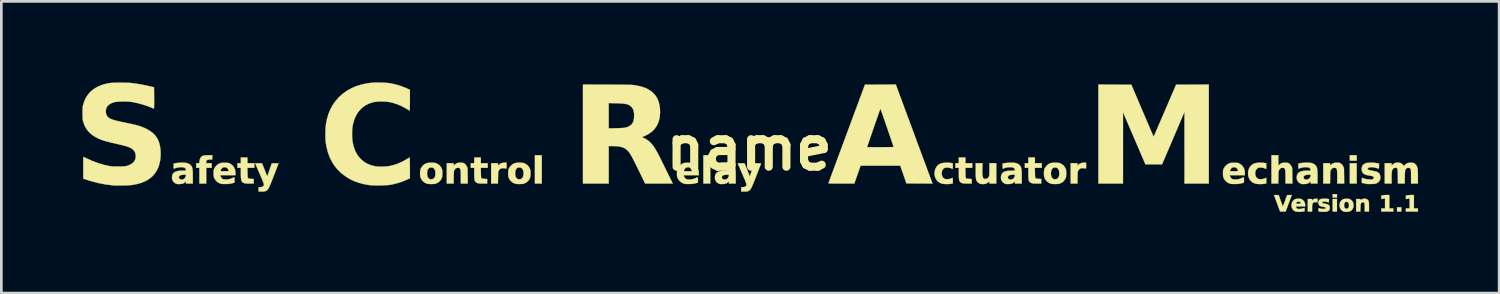
<source format=kicad_pcb>
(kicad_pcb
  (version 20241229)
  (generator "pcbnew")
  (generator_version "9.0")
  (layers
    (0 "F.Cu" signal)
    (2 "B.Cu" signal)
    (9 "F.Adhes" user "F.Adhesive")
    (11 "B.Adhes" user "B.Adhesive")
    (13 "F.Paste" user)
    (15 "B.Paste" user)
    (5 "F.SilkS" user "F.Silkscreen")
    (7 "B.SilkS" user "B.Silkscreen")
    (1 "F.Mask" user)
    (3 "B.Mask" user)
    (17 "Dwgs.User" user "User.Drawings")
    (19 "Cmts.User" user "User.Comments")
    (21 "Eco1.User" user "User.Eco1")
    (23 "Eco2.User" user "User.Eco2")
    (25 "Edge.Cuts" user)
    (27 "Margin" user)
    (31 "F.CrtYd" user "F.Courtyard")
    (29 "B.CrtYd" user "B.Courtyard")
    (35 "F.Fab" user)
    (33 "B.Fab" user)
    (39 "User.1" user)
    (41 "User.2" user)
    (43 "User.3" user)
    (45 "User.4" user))
  (footprint "name"
    (layer "F.Cu")
    (at 24.668 2.428)
    (property "Reference" "name" (at 0 0 0) (layer "F.SilkS") (effects (font (size 1.524 1.524) (thickness 0.3))))
    (attr through_hole)
    (fp_poly (pts (xy -7.673 1.312) (xy -7.927 1.312) (xy -7.927 0.265) (xy -7.673 0.265) (xy -7.673 1.312)) (stroke (width 0.01) (type solid)) (fill yes) (layer "F.SilkS"))
    (fp_poly (pts (xy -1.439 1.312) (xy -1.693 1.312) (xy -1.693 0.265) (xy -1.439 0.265) (xy -1.439 1.312)) (stroke (width 0.01) (type solid)) (fill yes) (layer "F.SilkS"))
    (fp_poly (pts (xy 21.749 1.831) (xy 21.59 1.831) (xy 21.59 1.704) (xy 21.749 1.704) (xy 21.749 1.831)) (stroke (width 0.01) (type solid)) (fill yes) (layer "F.SilkS"))
    (fp_poly (pts (xy 21.749 2.349) (xy 21.59 2.349) (xy 21.59 1.884) (xy 21.749 1.884) (xy 21.749 2.349)) (stroke (width 0.01) (type solid)) (fill yes) (layer "F.SilkS"))
    (fp_poly (pts (xy 22.479 0.466) (xy 22.225 0.466) (xy 22.225 0.265) (xy 22.479 0.265) (xy 22.479 0.466)) (stroke (width 0.01) (type solid)) (fill yes) (layer "F.SilkS"))
    (fp_poly (pts (xy 22.479 1.312) (xy 22.225 1.312) (xy 22.225 0.561) (xy 22.479 0.561) (xy 22.479 1.312)) (stroke (width 0.01) (type solid)) (fill yes) (layer "F.SilkS"))
    (fp_poly (pts (xy 24.13 2.349) (xy 23.971 2.349) (xy 23.971 2.191) (xy 24.13 2.191) (xy 24.13 2.349)) (stroke (width 0.01) (type solid)) (fill yes) (layer "F.SilkS"))
    (fp_poly (pts (xy 23.686 2.233) (xy 23.834 2.233) (xy 23.834 2.349) (xy 23.389 2.349) (xy 23.389 2.233) (xy 23.527 2.233) (xy 23.527 1.86) (xy 23.492 1.867) (xy 23.455 1.875) (xy 23.424 1.881) (xy 23.389 1.887) (xy 23.389 1.76) (xy 23.449 1.748) (xy 23.49 1.742) (xy 23.541 1.738) (xy 23.593 1.736) (xy 23.597 1.736) (xy 23.686 1.736) (xy 23.686 2.233)) (stroke (width 0.01) (type solid)) (fill yes) (layer "F.SilkS"))
    (fp_poly (pts (xy 24.596 2.233) (xy 24.744 2.233) (xy 24.744 2.349) (xy 24.299 2.349) (xy 24.299 2.233) (xy 24.437 2.233) (xy 24.437 1.86) (xy 24.403 1.867) (xy 24.366 1.875) (xy 24.334 1.881) (xy 24.299 1.887) (xy 24.299 1.76) (xy 24.359 1.748) (xy 24.4 1.742) (xy 24.452 1.738) (xy 24.503 1.736) (xy 24.507 1.736) (xy 24.596 1.736) (xy 24.596 2.233)) (stroke (width 0.01) (type solid)) (fill yes) (layer "F.SilkS"))
    (fp_poly (pts (xy 21.029 2.009) (xy 20.965 2.003) (xy 20.927 2.001) (xy 20.902 2.004) (xy 20.884 2.013) (xy 20.879 2.017) (xy 20.858 2.041) (xy 20.843 2.071) (xy 20.834 2.11) (xy 20.829 2.164) (xy 20.828 2.227) (xy 20.828 2.349) (xy 20.669 2.349) (xy 20.669 1.884) (xy 20.749 1.884) (xy 20.789 1.884) (xy 20.813 1.886) (xy 20.824 1.891) (xy 20.828 1.901) (xy 20.828 1.912) (xy 20.828 1.941) (xy 20.86 1.91) (xy 20.882 1.892) (xy 20.906 1.882) (xy 20.939 1.877) (xy 20.96 1.875) (xy 21.029 1.871) (xy 21.029 2.009)) (stroke (width 0.01) (type solid)) (fill yes) (layer "F.SilkS"))
    (fp_poly (pts (xy -19.865 0.42) (xy -19.957 0.426) (xy -20.013 0.432) (xy -20.05 0.442) (xy -20.073 0.46) (xy -20.084 0.486) (xy -20.087 0.52) (xy -20.087 0.561) (xy -19.886 0.561) (xy -19.886 0.73) (xy -20.087 0.73) (xy -20.087 1.312) (xy -20.341 1.312) (xy -20.341 0.73) (xy -20.458 0.73) (xy -20.458 0.561) (xy -20.344 0.561) (xy -20.338 0.491) (xy -20.325 0.418) (xy -20.301 0.361) (xy -20.264 0.318) (xy -20.237 0.299) (xy -20.217 0.288) (xy -20.198 0.28) (xy -20.176 0.274) (xy -20.148 0.271) (xy -20.108 0.269) (xy -20.052 0.267) (xy -20.026 0.266) (xy -19.865 0.263) (xy -19.865 0.42)) (stroke (width 0.01) (type solid)) (fill yes) (layer "F.SilkS"))
    (fp_poly (pts (xy -8.975 0.652) (xy -8.975 0.702) (xy -8.976 0.734) (xy -8.978 0.752) (xy -8.983 0.759) (xy -8.992 0.759) (xy -8.998 0.757) (xy -9.022 0.752) (xy -9.057 0.747) (xy -9.087 0.744) (xy -9.148 0.745) (xy -9.196 0.76) (xy -9.234 0.79) (xy -9.258 0.824) (xy -9.268 0.841) (xy -9.275 0.857) (xy -9.28 0.875) (xy -9.284 0.898) (xy -9.286 0.93) (xy -9.288 0.974) (xy -9.289 1.034) (xy -9.29 1.093) (xy -9.294 1.312) (xy -9.546 1.312) (xy -9.546 0.561) (xy -9.292 0.561) (xy -9.292 0.658) (xy -9.263 0.624) (xy -9.215 0.582) (xy -9.152 0.554) (xy -9.077 0.541) (xy -9.051 0.54) (xy -8.975 0.54) (xy -8.975 0.652)) (stroke (width 0.01) (type solid)) (fill yes) (layer "F.SilkS"))
    (fp_poly (pts (xy 12.467 0.652) (xy 12.467 0.702) (xy 12.466 0.734) (xy 12.463 0.752) (xy 12.458 0.759) (xy 12.45 0.759) (xy 12.443 0.757) (xy 12.42 0.752) (xy 12.384 0.747) (xy 12.355 0.744) (xy 12.294 0.745) (xy 12.246 0.76) (xy 12.208 0.79) (xy 12.184 0.824) (xy 12.174 0.841) (xy 12.167 0.857) (xy 12.162 0.875) (xy 12.158 0.898) (xy 12.155 0.93) (xy 12.154 0.974) (xy 12.152 1.034) (xy 12.151 1.093) (xy 12.148 1.312) (xy 11.896 1.312) (xy 11.896 0.561) (xy 12.15 0.561) (xy 12.15 0.658) (xy 12.178 0.624) (xy 12.227 0.582) (xy 12.29 0.554) (xy 12.364 0.541) (xy 12.39 0.54) (xy 12.467 0.54) (xy 12.467 0.652)) (stroke (width 0.01) (type solid)) (fill yes) (layer "F.SilkS"))
    (fp_poly (pts (xy -18.563 0.561) (xy -18.309 0.561) (xy -18.309 0.73) (xy -18.565 0.73) (xy -18.561 0.915) (xy -18.56 0.985) (xy -18.558 1.037) (xy -18.555 1.073) (xy -18.551 1.097) (xy -18.545 1.111) (xy -18.542 1.116) (xy -18.521 1.126) (xy -18.48 1.134) (xy -18.428 1.139) (xy -18.33 1.146) (xy -18.33 1.312) (xy -18.492 1.312) (xy -18.558 1.312) (xy -18.606 1.31) (xy -18.642 1.307) (xy -18.668 1.302) (xy -18.689 1.295) (xy -18.695 1.292) (xy -18.729 1.275) (xy -18.754 1.256) (xy -18.774 1.232) (xy -18.788 1.2) (xy -18.797 1.158) (xy -18.803 1.103) (xy -18.806 1.032) (xy -18.807 0.942) (xy -18.807 0.73) (xy -18.934 0.73) (xy -18.934 0.561) (xy -18.807 0.561) (xy -18.807 0.349) (xy -18.563 0.349) (xy -18.563 0.561)) (stroke (width 0.01) (type solid)) (fill yes) (layer "F.SilkS"))
    (fp_poly (pts (xy -9.927 0.561) (xy -9.673 0.561) (xy -9.673 0.73) (xy -9.929 0.73) (xy -9.925 0.915) (xy -9.924 0.985) (xy -9.922 1.037) (xy -9.919 1.073) (xy -9.915 1.097) (xy -9.909 1.111) (xy -9.906 1.116) (xy -9.885 1.126) (xy -9.844 1.134) (xy -9.792 1.139) (xy -9.694 1.146) (xy -9.694 1.312) (xy -9.856 1.312) (xy -9.922 1.312) (xy -9.97 1.31) (xy -10.006 1.307) (xy -10.032 1.302) (xy -10.053 1.295) (xy -10.059 1.292) (xy -10.093 1.275) (xy -10.118 1.256) (xy -10.138 1.232) (xy -10.152 1.2) (xy -10.161 1.158) (xy -10.167 1.103) (xy -10.17 1.032) (xy -10.171 0.942) (xy -10.171 0.73) (xy -10.298 0.73) (xy -10.298 0.561) (xy -10.171 0.561) (xy -10.171 0.349) (xy -9.927 0.349) (xy -9.927 0.561)) (stroke (width 0.01) (type solid)) (fill yes) (layer "F.SilkS"))
    (fp_poly (pts (xy 8.001 0.561) (xy 8.255 0.561) (xy 8.255 0.73) (xy 8 0.73) (xy 8.003 0.915) (xy 8.005 0.985) (xy 8.007 1.037) (xy 8.01 1.073) (xy 8.013 1.097) (xy 8.019 1.111) (xy 8.022 1.116) (xy 8.044 1.126) (xy 8.084 1.134) (xy 8.136 1.139) (xy 8.234 1.146) (xy 8.234 1.312) (xy 8.072 1.312) (xy 8.007 1.312) (xy 7.958 1.31) (xy 7.922 1.307) (xy 7.896 1.302) (xy 7.875 1.295) (xy 7.869 1.292) (xy 7.836 1.275) (xy 7.81 1.256) (xy 7.79 1.232) (xy 7.776 1.2) (xy 7.767 1.158) (xy 7.761 1.103) (xy 7.758 1.032) (xy 7.758 0.942) (xy 7.758 0.73) (xy 7.631 0.73) (xy 7.631 0.561) (xy 7.758 0.561) (xy 7.758 0.349) (xy 8.001 0.349) (xy 8.001 0.561)) (stroke (width 0.01) (type solid)) (fill yes) (layer "F.SilkS"))
    (fp_poly (pts (xy 10.573 0.561) (xy 10.827 0.561) (xy 10.827 0.73) (xy 10.571 0.73) (xy 10.575 0.915) (xy 10.576 0.985) (xy 10.578 1.037) (xy 10.581 1.073) (xy 10.585 1.097) (xy 10.591 1.111) (xy 10.594 1.116) (xy 10.615 1.126) (xy 10.656 1.134) (xy 10.708 1.139) (xy 10.806 1.146) (xy 10.806 1.312) (xy 10.644 1.312) (xy 10.578 1.312) (xy 10.53 1.31) (xy 10.494 1.307) (xy 10.468 1.302) (xy 10.446 1.295) (xy 10.44 1.292) (xy 10.407 1.275) (xy 10.382 1.256) (xy 10.362 1.232) (xy 10.348 1.2) (xy 10.339 1.158) (xy 10.333 1.103) (xy 10.33 1.032) (xy 10.329 0.942) (xy 10.329 0.73) (xy 10.202 0.73) (xy 10.202 0.561) (xy 10.329 0.561) (xy 10.329 0.349) (xy 10.573 0.349) (xy 10.573 0.561)) (stroke (width 0.01) (type solid)) (fill yes) (layer "F.SilkS"))
    (fp_poly (pts (xy 17.007 1.312) (xy 16.108 1.312) (xy 16.107 -0.013) (xy 16.107 -1.339) (xy 15.692 -0.368) (xy 15.277 0.603) (xy 14.969 0.603) (xy 14.662 0.603) (xy 13.833 -1.328) (xy 13.832 1.312) (xy 12.922 1.312) (xy 12.922 -2.35) (xy 13.532 -2.347) (xy 14.141 -2.344) (xy 14.55 -1.384) (xy 14.608 -1.249) (xy 14.663 -1.12) (xy 14.716 -0.997) (xy 14.765 -0.883) (xy 14.81 -0.779) (xy 14.85 -0.685) (xy 14.885 -0.603) (xy 14.915 -0.536) (xy 14.938 -0.483) (xy 14.955 -0.446) (xy 14.964 -0.426) (xy 14.966 -0.423) (xy 14.971 -0.433) (xy 14.983 -0.461) (xy 15.003 -0.505) (xy 15.03 -0.565) (xy 15.062 -0.639) (xy 15.1 -0.726) (xy 15.143 -0.825) (xy 15.19 -0.934) (xy 15.241 -1.052) (xy 15.296 -1.178) (xy 15.352 -1.31) (xy 15.384 -1.384) (xy 15.797 -2.344) (xy 16.402 -2.347) (xy 17.007 -2.35) (xy 17.007 1.312)) (stroke (width 0.01) (type solid)) (fill yes) (layer "F.SilkS"))
    (fp_poly (pts (xy 20.06 1.737) (xy 20.072 1.741) (xy 20.074 1.748) (xy 20.072 1.754) (xy 20.066 1.768) (xy 20.055 1.8) (xy 20.037 1.846) (xy 20.016 1.904) (xy 19.991 1.971) (xy 19.963 2.044) (xy 19.957 2.061) (xy 19.85 2.349) (xy 19.646 2.349) (xy 19.537 2.056) (xy 19.509 1.981) (xy 19.484 1.912) (xy 19.462 1.852) (xy 19.443 1.803) (xy 19.43 1.769) (xy 19.424 1.75) (xy 19.423 1.748) (xy 19.425 1.742) (xy 19.44 1.738) (xy 19.47 1.737) (xy 19.505 1.738) (xy 19.593 1.741) (xy 19.668 1.95) (xy 19.691 2.012) (xy 19.711 2.067) (xy 19.728 2.111) (xy 19.741 2.143) (xy 19.748 2.158) (xy 19.748 2.159) (xy 19.753 2.149) (xy 19.764 2.123) (xy 19.78 2.082) (xy 19.799 2.03) (xy 19.821 1.97) (xy 19.828 1.95) (xy 19.903 1.741) (xy 19.991 1.738) (xy 20.034 1.737) (xy 20.06 1.737)) (stroke (width 0.01) (type solid)) (fill yes) (layer "F.SilkS"))
    (fp_poly (pts (xy -10.668 0.541) (xy -10.62 0.544) (xy -10.588 0.548) (xy -10.563 0.556) (xy -10.539 0.57) (xy -10.529 0.577) (xy -10.487 0.615) (xy -10.453 0.669) (xy -10.451 0.672) (xy -10.419 0.736) (xy -10.412 1.312) (xy -10.668 1.312) (xy -10.668 1.069) (xy -10.668 0.975) (xy -10.67 0.9) (xy -10.675 0.842) (xy -10.682 0.799) (xy -10.692 0.768) (xy -10.707 0.748) (xy -10.727 0.737) (xy -10.752 0.731) (xy -10.779 0.73) (xy -10.829 0.738) (xy -10.869 0.764) (xy -10.901 0.806) (xy -10.91 0.822) (xy -10.916 0.837) (xy -10.921 0.856) (xy -10.924 0.88) (xy -10.927 0.914) (xy -10.929 0.96) (xy -10.93 1.021) (xy -10.931 1.082) (xy -10.934 1.312) (xy -11.187 1.312) (xy -11.187 0.561) (xy -10.933 0.561) (xy -10.933 0.648) (xy -10.893 0.613) (xy -10.845 0.577) (xy -10.796 0.554) (xy -10.741 0.543) (xy -10.672 0.541) (xy -10.668 0.541)) (stroke (width 0.01) (type solid)) (fill yes) (layer "F.SilkS"))
    (fp_poly (pts (xy 19.579 0.648) (xy 19.618 0.613) (xy 19.667 0.577) (xy 19.715 0.554) (xy 19.771 0.543) (xy 19.839 0.541) (xy 19.844 0.541) (xy 19.891 0.544) (xy 19.924 0.548) (xy 19.949 0.556) (xy 19.973 0.57) (xy 19.983 0.577) (xy 20.025 0.615) (xy 20.059 0.669) (xy 20.061 0.672) (xy 20.092 0.736) (xy 20.1 1.312) (xy 19.844 1.312) (xy 19.844 1.069) (xy 19.843 0.975) (xy 19.841 0.9) (xy 19.837 0.842) (xy 19.83 0.799) (xy 19.82 0.768) (xy 19.805 0.748) (xy 19.785 0.737) (xy 19.76 0.731) (xy 19.733 0.73) (xy 19.683 0.738) (xy 19.642 0.764) (xy 19.611 0.806) (xy 19.602 0.822) (xy 19.596 0.837) (xy 19.591 0.856) (xy 19.587 0.88) (xy 19.585 0.914) (xy 19.583 0.96) (xy 19.582 1.021) (xy 19.581 1.082) (xy 19.577 1.312) (xy 19.325 1.312) (xy 19.325 0.265) (xy 19.579 0.265) (xy 19.579 0.648)) (stroke (width 0.01) (type solid)) (fill yes) (layer "F.SilkS"))
    (fp_poly (pts (xy 21.76 0.541) (xy 21.807 0.544) (xy 21.84 0.548) (xy 21.865 0.556) (xy 21.888 0.57) (xy 21.899 0.577) (xy 21.94 0.615) (xy 21.975 0.669) (xy 21.976 0.672) (xy 22.008 0.736) (xy 22.012 1.024) (xy 22.015 1.312) (xy 21.759 1.312) (xy 21.759 1.069) (xy 21.759 0.975) (xy 21.757 0.9) (xy 21.753 0.842) (xy 21.746 0.799) (xy 21.735 0.768) (xy 21.72 0.748) (xy 21.701 0.737) (xy 21.675 0.731) (xy 21.648 0.73) (xy 21.598 0.738) (xy 21.558 0.764) (xy 21.526 0.806) (xy 21.518 0.822) (xy 21.511 0.837) (xy 21.506 0.856) (xy 21.503 0.88) (xy 21.5 0.914) (xy 21.499 0.96) (xy 21.497 1.021) (xy 21.497 1.082) (xy 21.493 1.312) (xy 21.241 1.312) (xy 21.241 0.561) (xy 21.495 0.561) (xy 21.495 0.648) (xy 21.534 0.613) (xy 21.582 0.577) (xy 21.631 0.554) (xy 21.686 0.543) (xy 21.755 0.541) (xy 21.76 0.541)) (stroke (width 0.01) (type solid)) (fill yes) (layer "F.SilkS"))
    (fp_poly (pts (xy 22.82 1.877) (xy 22.864 1.896) (xy 22.871 1.902) (xy 22.893 1.922) (xy 22.909 1.944) (xy 22.92 1.97) (xy 22.928 2.004) (xy 22.932 2.05) (xy 22.934 2.112) (xy 22.934 2.175) (xy 22.934 2.349) (xy 22.775 2.349) (xy 22.775 2.192) (xy 22.775 2.131) (xy 22.774 2.087) (xy 22.772 2.057) (xy 22.768 2.037) (xy 22.762 2.025) (xy 22.755 2.017) (xy 22.725 2.002) (xy 22.69 2.004) (xy 22.657 2.021) (xy 22.644 2.035) (xy 22.635 2.05) (xy 22.628 2.068) (xy 22.624 2.093) (xy 22.621 2.129) (xy 22.619 2.181) (xy 22.618 2.207) (xy 22.615 2.349) (xy 22.458 2.349) (xy 22.458 1.884) (xy 22.537 1.884) (xy 22.578 1.884) (xy 22.602 1.887) (xy 22.613 1.892) (xy 22.616 1.901) (xy 22.617 1.904) (xy 22.618 1.916) (xy 22.625 1.918) (xy 22.642 1.91) (xy 22.662 1.899) (xy 22.713 1.879) (xy 22.768 1.871) (xy 22.82 1.877)) (stroke (width 0.01) (type solid)) (fill yes) (layer "F.SilkS"))
    (fp_poly (pts (xy 22.137 1.874) (xy 22.193 1.881) (xy 22.23 1.893) (xy 22.286 1.929) (xy 22.328 1.98) (xy 22.354 2.044) (xy 22.362 2.117) (xy 22.355 2.189) (xy 22.331 2.249) (xy 22.307 2.283) (xy 22.266 2.32) (xy 22.219 2.344) (xy 22.162 2.357) (xy 22.103 2.36) (xy 22.041 2.357) (xy 21.995 2.348) (xy 21.976 2.34) (xy 21.92 2.304) (xy 21.879 2.253) (xy 21.853 2.19) (xy 21.844 2.117) (xy 21.845 2.113) (xy 22.014 2.113) (xy 22.018 2.157) (xy 22.028 2.197) (xy 22.044 2.226) (xy 22.058 2.237) (xy 22.086 2.242) (xy 22.121 2.242) (xy 22.145 2.237) (xy 22.167 2.218) (xy 22.183 2.184) (xy 22.192 2.139) (xy 22.193 2.117) (xy 22.187 2.059) (xy 22.17 2.019) (xy 22.14 1.996) (xy 22.103 1.99) (xy 22.066 1.995) (xy 22.04 2.015) (xy 22.029 2.033) (xy 22.017 2.069) (xy 22.014 2.113) (xy 21.845 2.113) (xy 21.853 2.043) (xy 21.879 1.98) (xy 21.92 1.929) (xy 21.976 1.893) (xy 22.021 1.88) (xy 22.077 1.874) (xy 22.137 1.874)) (stroke (width 0.01) (type solid)) (fill yes) (layer "F.SilkS"))
    (fp_poly (pts (xy 8.629 0.728) (xy 8.626 0.836) (xy 8.627 0.925) (xy 8.631 0.996) (xy 8.639 1.05) (xy 8.651 1.09) (xy 8.664 1.112) (xy 8.685 1.132) (xy 8.707 1.141) (xy 8.741 1.143) (xy 8.741 1.143) (xy 8.792 1.135) (xy 8.832 1.11) (xy 8.864 1.067) (xy 8.87 1.054) (xy 8.877 1.037) (xy 8.882 1.017) (xy 8.885 0.991) (xy 8.888 0.957) (xy 8.889 0.909) (xy 8.89 0.847) (xy 8.89 0.786) (xy 8.89 0.561) (xy 9.144 0.561) (xy 9.144 1.312) (xy 8.891 1.312) (xy 8.888 1.274) (xy 8.885 1.237) (xy 8.837 1.273) (xy 8.803 1.296) (xy 8.769 1.315) (xy 8.753 1.321) (xy 8.709 1.33) (xy 8.655 1.333) (xy 8.599 1.33) (xy 8.549 1.322) (xy 8.525 1.314) (xy 8.491 1.293) (xy 8.457 1.265) (xy 8.449 1.256) (xy 8.43 1.233) (xy 8.415 1.208) (xy 8.404 1.18) (xy 8.395 1.146) (xy 8.389 1.102) (xy 8.385 1.047) (xy 8.383 0.977) (xy 8.382 0.89) (xy 8.382 0.834) (xy 8.382 0.561) (xy 8.636 0.561) (xy 8.629 0.728)) (stroke (width 0.01) (type solid)) (fill yes) (layer "F.SilkS"))
    (fp_poly (pts (xy 7.419 0.545) (xy 7.46 0.55) (xy 7.535 0.563) (xy 7.535 0.668) (xy 7.535 0.712) (xy 7.533 0.747) (xy 7.53 0.768) (xy 7.528 0.773) (xy 7.515 0.768) (xy 7.49 0.757) (xy 7.473 0.749) (xy 7.421 0.732) (xy 7.359 0.722) (xy 7.297 0.72) (xy 7.266 0.724) (xy 7.216 0.744) (xy 7.174 0.78) (xy 7.144 0.831) (xy 7.126 0.892) (xy 7.123 0.937) (xy 7.131 1.004) (xy 7.153 1.062) (xy 7.188 1.108) (xy 7.233 1.138) (xy 7.266 1.149) (xy 7.323 1.153) (xy 7.386 1.148) (xy 7.445 1.135) (xy 7.473 1.124) (xy 7.502 1.111) (xy 7.522 1.102) (xy 7.528 1.101) (xy 7.531 1.11) (xy 7.534 1.137) (xy 7.535 1.176) (xy 7.535 1.205) (xy 7.535 1.31) (xy 7.468 1.322) (xy 7.4 1.33) (xy 7.325 1.333) (xy 7.249 1.331) (xy 7.18 1.325) (xy 7.124 1.314) (xy 7.115 1.312) (xy 7.036 1.276) (xy 6.971 1.225) (xy 6.919 1.161) (xy 6.883 1.086) (xy 6.862 1.001) (xy 6.86 0.91) (xy 6.868 0.845) (xy 6.894 0.758) (xy 6.937 0.685) (xy 6.995 0.624) (xy 7.067 0.58) (xy 7.089 0.57) (xy 7.138 0.557) (xy 7.201 0.547) (xy 7.274 0.542) (xy 7.348 0.541) (xy 7.419 0.545)) (stroke (width 0.01) (type solid)) (fill yes) (layer "F.SilkS"))
    (fp_poly (pts (xy 19.018 0.545) (xy 19.06 0.55) (xy 19.135 0.563) (xy 19.135 0.668) (xy 19.134 0.712) (xy 19.132 0.747) (xy 19.129 0.768) (xy 19.127 0.773) (xy 19.114 0.768) (xy 19.089 0.757) (xy 19.072 0.749) (xy 19.02 0.732) (xy 18.959 0.722) (xy 18.897 0.72) (xy 18.865 0.724) (xy 18.815 0.744) (xy 18.774 0.78) (xy 18.743 0.831) (xy 18.726 0.892) (xy 18.722 0.937) (xy 18.73 1.004) (xy 18.752 1.062) (xy 18.787 1.108) (xy 18.832 1.138) (xy 18.865 1.149) (xy 18.923 1.153) (xy 18.986 1.148) (xy 19.044 1.135) (xy 19.072 1.124) (xy 19.101 1.111) (xy 19.122 1.102) (xy 19.127 1.101) (xy 19.13 1.11) (xy 19.133 1.137) (xy 19.134 1.176) (xy 19.135 1.205) (xy 19.135 1.31) (xy 19.068 1.322) (xy 18.999 1.33) (xy 18.924 1.333) (xy 18.849 1.331) (xy 18.779 1.325) (xy 18.723 1.314) (xy 18.715 1.312) (xy 18.636 1.276) (xy 18.57 1.225) (xy 18.518 1.161) (xy 18.482 1.086) (xy 18.462 1.001) (xy 18.459 0.91) (xy 18.467 0.845) (xy 18.494 0.758) (xy 18.537 0.685) (xy 18.594 0.624) (xy 18.666 0.58) (xy 18.689 0.57) (xy 18.737 0.557) (xy 18.801 0.547) (xy 18.873 0.542) (xy 18.947 0.541) (xy 19.018 0.545)) (stroke (width 0.01) (type solid)) (fill yes) (layer "F.SilkS"))
    (fp_poly (pts (xy -17.533 0.563) (xy -17.411 0.566) (xy -17.583 1.012) (xy -17.628 1.129) (xy -17.667 1.227) (xy -17.7 1.309) (xy -17.728 1.377) (xy -17.753 1.431) (xy -17.774 1.474) (xy -17.793 1.507) (xy -17.811 1.533) (xy -17.829 1.552) (xy -17.847 1.567) (xy -17.866 1.58) (xy -17.874 1.584) (xy -17.898 1.595) (xy -17.923 1.603) (xy -17.953 1.607) (xy -17.995 1.608) (xy -18.036 1.609) (xy -18.15 1.609) (xy -18.15 1.452) (xy -18.077 1.445) (xy -18.032 1.438) (xy -18.002 1.429) (xy -17.983 1.415) (xy -17.971 1.402) (xy -17.961 1.389) (xy -17.955 1.376) (xy -17.953 1.36) (xy -17.956 1.338) (xy -17.963 1.31) (xy -17.976 1.272) (xy -17.994 1.224) (xy -18.02 1.163) (xy -18.052 1.087) (xy -18.092 0.994) (xy -18.109 0.953) (xy -18.277 0.566) (xy -18.153 0.563) (xy -18.104 0.563) (xy -18.063 0.564) (xy -18.035 0.566) (xy -18.023 0.569) (xy -18.018 0.58) (xy -18.005 0.609) (xy -17.988 0.652) (xy -17.966 0.706) (xy -17.941 0.768) (xy -17.923 0.814) (xy -17.83 1.051) (xy -17.748 0.811) (xy -17.724 0.743) (xy -17.703 0.683) (xy -17.686 0.632) (xy -17.672 0.593) (xy -17.663 0.57) (xy -17.661 0.565) (xy -17.649 0.563) (xy -17.62 0.562) (xy -17.579 0.562) (xy -17.533 0.563)) (stroke (width 0.01) (type solid)) (fill yes) (layer "F.SilkS"))
    (fp_poly (pts (xy 0.321 0.563) (xy 0.443 0.566) (xy 0.271 1.012) (xy 0.226 1.129) (xy 0.187 1.227) (xy 0.154 1.309) (xy 0.126 1.377) (xy 0.101 1.431) (xy 0.08 1.474) (xy 0.061 1.507) (xy 0.043 1.533) (xy 0.025 1.552) (xy 0.007 1.567) (xy -0.012 1.58) (xy -0.02 1.584) (xy -0.044 1.595) (xy -0.069 1.603) (xy -0.099 1.607) (xy -0.141 1.608) (xy -0.182 1.609) (xy -0.296 1.609) (xy -0.296 1.452) (xy -0.223 1.445) (xy -0.178 1.438) (xy -0.148 1.429) (xy -0.129 1.415) (xy -0.117 1.402) (xy -0.107 1.389) (xy -0.101 1.376) (xy -0.099 1.36) (xy -0.102 1.338) (xy -0.109 1.31) (xy -0.122 1.272) (xy -0.14 1.224) (xy -0.165 1.163) (xy -0.198 1.087) (xy -0.238 0.994) (xy -0.255 0.953) (xy -0.422 0.566) (xy -0.299 0.563) (xy -0.25 0.563) (xy -0.209 0.564) (xy -0.181 0.566) (xy -0.169 0.569) (xy -0.163 0.58) (xy -0.151 0.609) (xy -0.134 0.652) (xy -0.112 0.706) (xy -0.087 0.768) (xy -0.069 0.814) (xy 0.024 1.051) (xy 0.106 0.811) (xy 0.13 0.743) (xy 0.151 0.683) (xy 0.169 0.632) (xy 0.182 0.593) (xy 0.191 0.57) (xy 0.194 0.565) (xy 0.205 0.563) (xy 0.234 0.562) (xy 0.275 0.562) (xy 0.321 0.563)) (stroke (width 0.01) (type solid)) (fill yes) (layer "F.SilkS"))
    (fp_poly (pts (xy 20.397 1.878) (xy 20.436 1.888) (xy 20.44 1.89) (xy 20.497 1.931) (xy 20.54 1.985) (xy 20.566 2.05) (xy 20.574 2.119) (xy 20.574 2.159) (xy 20.226 2.159) (xy 20.237 2.191) (xy 20.252 2.219) (xy 20.271 2.239) (xy 20.3 2.25) (xy 20.343 2.254) (xy 20.393 2.252) (xy 20.444 2.244) (xy 20.481 2.233) (xy 20.513 2.221) (xy 20.537 2.214) (xy 20.545 2.212) (xy 20.549 2.222) (xy 20.552 2.246) (xy 20.553 2.274) (xy 20.553 2.336) (xy 20.493 2.348) (xy 20.435 2.356) (xy 20.372 2.36) (xy 20.309 2.359) (xy 20.253 2.354) (xy 20.21 2.345) (xy 20.198 2.34) (xy 20.142 2.304) (xy 20.101 2.253) (xy 20.075 2.19) (xy 20.066 2.117) (xy 20.075 2.044) (xy 20.235 2.044) (xy 20.238 2.054) (xy 20.247 2.06) (xy 20.268 2.063) (xy 20.305 2.064) (xy 20.32 2.064) (xy 20.362 2.063) (xy 20.387 2.061) (xy 20.4 2.057) (xy 20.404 2.048) (xy 20.405 2.043) (xy 20.396 2.013) (xy 20.372 1.992) (xy 20.339 1.981) (xy 20.304 1.981) (xy 20.27 1.994) (xy 20.26 2.002) (xy 20.242 2.024) (xy 20.235 2.044) (xy 20.075 2.044) (xy 20.075 2.043) (xy 20.101 1.98) (xy 20.142 1.929) (xy 20.198 1.893) (xy 20.239 1.881) (xy 20.291 1.874) (xy 20.346 1.873) (xy 20.397 1.878)) (stroke (width 0.01) (type solid)) (fill yes) (layer "F.SilkS"))
    (fp_poly (pts (xy 21.371 1.875) (xy 21.413 1.88) (xy 21.452 1.887) (xy 21.452 1.949) (xy 21.451 1.982) (xy 21.447 2.004) (xy 21.443 2.011) (xy 21.428 2.008) (xy 21.402 1.999) (xy 21.389 1.995) (xy 21.349 1.985) (xy 21.305 1.98) (xy 21.263 1.98) (xy 21.229 1.985) (xy 21.209 1.995) (xy 21.2 2.017) (xy 21.211 2.034) (xy 21.24 2.046) (xy 21.248 2.048) (xy 21.327 2.062) (xy 21.388 2.078) (xy 21.431 2.097) (xy 21.46 2.121) (xy 21.477 2.151) (xy 21.484 2.188) (xy 21.484 2.202) (xy 21.479 2.255) (xy 21.463 2.296) (xy 21.435 2.325) (xy 21.391 2.345) (xy 21.331 2.356) (xy 21.253 2.359) (xy 21.246 2.359) (xy 21.195 2.358) (xy 21.149 2.356) (xy 21.114 2.353) (xy 21.098 2.351) (xy 21.08 2.346) (xy 21.07 2.336) (xy 21.065 2.316) (xy 21.063 2.283) (xy 21.062 2.248) (xy 21.066 2.23) (xy 21.079 2.224) (xy 21.106 2.23) (xy 21.134 2.239) (xy 21.176 2.249) (xy 21.223 2.253) (xy 21.267 2.252) (xy 21.303 2.245) (xy 21.326 2.234) (xy 21.33 2.23) (xy 21.333 2.209) (xy 21.316 2.193) (xy 21.278 2.181) (xy 21.243 2.175) (xy 21.173 2.162) (xy 21.122 2.142) (xy 21.087 2.114) (xy 21.067 2.075) (xy 21.061 2.025) (xy 21.061 2.021) (xy 21.068 1.966) (xy 21.089 1.925) (xy 21.126 1.895) (xy 21.142 1.888) (xy 21.169 1.881) (xy 21.212 1.876) (xy 21.264 1.874) (xy 21.319 1.873) (xy 21.371 1.875)) (stroke (width 0.01) (type solid)) (fill yes) (layer "F.SilkS"))
    (fp_poly (pts (xy 24.018 0.541) (xy 24.065 0.545) (xy 24.099 0.554) (xy 24.129 0.568) (xy 24.139 0.575) (xy 24.17 0.599) (xy 24.196 0.625) (xy 24.203 0.635) (xy 24.222 0.666) (xy 24.262 0.625) (xy 24.314 0.581) (xy 24.372 0.554) (xy 24.439 0.542) (xy 24.497 0.542) (xy 24.544 0.545) (xy 24.577 0.551) (xy 24.602 0.561) (xy 24.628 0.576) (xy 24.63 0.578) (xy 24.676 0.623) (xy 24.71 0.684) (xy 24.732 0.76) (xy 24.733 0.767) (xy 24.736 0.797) (xy 24.739 0.843) (xy 24.741 0.903) (xy 24.743 0.971) (xy 24.744 1.044) (xy 24.744 1.072) (xy 24.744 1.312) (xy 24.49 1.312) (xy 24.49 1.076) (xy 24.49 0.989) (xy 24.489 0.921) (xy 24.487 0.868) (xy 24.485 0.829) (xy 24.48 0.801) (xy 24.475 0.78) (xy 24.467 0.765) (xy 24.457 0.753) (xy 24.456 0.752) (xy 24.429 0.736) (xy 24.391 0.73) (xy 24.353 0.735) (xy 24.324 0.749) (xy 24.306 0.766) (xy 24.291 0.784) (xy 24.28 0.806) (xy 24.272 0.836) (xy 24.266 0.876) (xy 24.263 0.928) (xy 24.26 0.996) (xy 24.259 1.077) (xy 24.256 1.312) (xy 24.004 1.312) (xy 24.001 1.05) (xy 24 0.959) (xy 23.998 0.888) (xy 23.995 0.833) (xy 23.99 0.792) (xy 23.983 0.764) (xy 23.973 0.746) (xy 23.959 0.736) (xy 23.941 0.731) (xy 23.918 0.73) (xy 23.914 0.73) (xy 23.872 0.736) (xy 23.839 0.754) (xy 23.835 0.758) (xy 23.815 0.778) (xy 23.799 0.802) (xy 23.788 0.834) (xy 23.779 0.875) (xy 23.774 0.929) (xy 23.771 0.998) (xy 23.77 1.086) (xy 23.77 1.103) (xy 23.77 1.312) (xy 23.516 1.312) (xy 23.516 0.561) (xy 23.77 0.561) (xy 23.77 0.648) (xy 23.816 0.606) (xy 23.861 0.571) (xy 23.907 0.55) (xy 23.961 0.541) (xy 24.018 0.541)) (stroke (width 0.01) (type solid)) (fill yes) (layer "F.SilkS"))
    (fp_poly (pts (xy -20.914 0.541) (xy -20.851 0.546) (xy -20.801 0.555) (xy -20.797 0.556) (xy -20.726 0.585) (xy -20.671 0.624) (xy -20.641 0.659) (xy -20.624 0.687) (xy -20.611 0.719) (xy -20.601 0.757) (xy -20.593 0.804) (xy -20.589 0.863) (xy -20.586 0.937) (xy -20.585 1.027) (xy -20.585 1.066) (xy -20.585 1.312) (xy -20.839 1.312) (xy -20.839 1.23) (xy -20.872 1.261) (xy -20.907 1.291) (xy -20.941 1.31) (xy -20.98 1.322) (xy -21.031 1.329) (xy -21.071 1.331) (xy -21.124 1.332) (xy -21.161 1.33) (xy -21.189 1.324) (xy -21.214 1.314) (xy -21.276 1.275) (xy -21.32 1.223) (xy -21.347 1.161) (xy -21.356 1.09) (xy -21.353 1.067) (xy -21.099 1.067) (xy -21.099 1.103) (xy -21.078 1.137) (xy -21.077 1.138) (xy -21.043 1.159) (xy -21 1.166) (xy -20.954 1.161) (xy -20.913 1.144) (xy -20.903 1.136) (xy -20.863 1.093) (xy -20.842 1.044) (xy -20.839 1.017) (xy -20.84 0.997) (xy -20.847 0.988) (xy -20.866 0.985) (xy -20.889 0.985) (xy -20.963 0.989) (xy -21.019 0.999) (xy -21.059 1.014) (xy -21.078 1.031) (xy -21.099 1.067) (xy -21.353 1.067) (xy -21.347 1.016) (xy -21.325 0.96) (xy -21.291 0.915) (xy -21.241 0.881) (xy -21.176 0.857) (xy -21.094 0.842) (xy -20.994 0.836) (xy -20.975 0.836) (xy -20.919 0.836) (xy -20.881 0.835) (xy -20.857 0.833) (xy -20.844 0.829) (xy -20.839 0.823) (xy -20.839 0.815) (xy -20.848 0.774) (xy -20.875 0.739) (xy -20.897 0.725) (xy -20.938 0.714) (xy -20.993 0.708) (xy -21.056 0.709) (xy -21.121 0.716) (xy -21.183 0.729) (xy -21.205 0.736) (xy -21.242 0.748) (xy -21.272 0.757) (xy -21.287 0.762) (xy -21.289 0.762) (xy -21.291 0.752) (xy -21.293 0.726) (xy -21.294 0.688) (xy -21.294 0.669) (xy -21.294 0.575) (xy -21.201 0.557) (xy -21.136 0.548) (xy -21.063 0.542) (xy -20.987 0.54) (xy -20.914 0.541)) (stroke (width 0.01) (type solid)) (fill yes) (layer "F.SilkS"))
    (fp_poly (pts (xy -0.827 0.541) (xy -0.763 0.546) (xy -0.714 0.555) (xy -0.709 0.556) (xy -0.639 0.585) (xy -0.584 0.624) (xy -0.553 0.659) (xy -0.537 0.687) (xy -0.524 0.719) (xy -0.513 0.757) (xy -0.506 0.804) (xy -0.501 0.863) (xy -0.499 0.937) (xy -0.497 1.027) (xy -0.497 1.066) (xy -0.497 1.312) (xy -0.751 1.312) (xy -0.751 1.23) (xy -0.785 1.261) (xy -0.82 1.291) (xy -0.854 1.31) (xy -0.893 1.322) (xy -0.944 1.329) (xy -0.984 1.331) (xy -1.036 1.332) (xy -1.074 1.33) (xy -1.102 1.324) (xy -1.127 1.314) (xy -1.188 1.275) (xy -1.233 1.223) (xy -1.26 1.161) (xy -1.269 1.09) (xy -1.266 1.067) (xy -1.012 1.067) (xy -1.012 1.103) (xy -0.991 1.137) (xy -0.99 1.138) (xy -0.956 1.159) (xy -0.913 1.166) (xy -0.867 1.161) (xy -0.825 1.144) (xy -0.815 1.136) (xy -0.776 1.093) (xy -0.755 1.044) (xy -0.751 1.017) (xy -0.753 0.997) (xy -0.76 0.988) (xy -0.779 0.985) (xy -0.802 0.985) (xy -0.876 0.989) (xy -0.932 0.999) (xy -0.971 1.014) (xy -0.991 1.031) (xy -1.012 1.067) (xy -1.266 1.067) (xy -1.259 1.016) (xy -1.238 0.96) (xy -1.204 0.915) (xy -1.154 0.881) (xy -1.089 0.857) (xy -1.007 0.842) (xy -0.907 0.836) (xy -0.888 0.836) (xy -0.832 0.836) (xy -0.794 0.835) (xy -0.77 0.833) (xy -0.757 0.829) (xy -0.752 0.823) (xy -0.751 0.815) (xy -0.761 0.774) (xy -0.788 0.739) (xy -0.81 0.725) (xy -0.851 0.714) (xy -0.906 0.708) (xy -0.969 0.709) (xy -1.034 0.716) (xy -1.096 0.729) (xy -1.118 0.736) (xy -1.155 0.748) (xy -1.185 0.757) (xy -1.2 0.762) (xy -1.201 0.762) (xy -1.204 0.752) (xy -1.205 0.726) (xy -1.206 0.688) (xy -1.206 0.669) (xy -1.206 0.575) (xy -1.114 0.557) (xy -1.049 0.548) (xy -0.975 0.542) (xy -0.9 0.54) (xy -0.827 0.541)) (stroke (width 0.01) (type solid)) (fill yes) (layer "F.SilkS"))
    (fp_poly (pts (xy 9.756 0.541) (xy 9.82 0.546) (xy 9.869 0.555) (xy 9.874 0.556) (xy 9.944 0.585) (xy 10 0.624) (xy 10.03 0.659) (xy 10.047 0.687) (xy 10.06 0.719) (xy 10.07 0.757) (xy 10.077 0.804) (xy 10.082 0.863) (xy 10.085 0.937) (xy 10.086 1.027) (xy 10.086 1.066) (xy 10.086 1.312) (xy 9.832 1.312) (xy 9.832 1.23) (xy 9.798 1.261) (xy 9.763 1.291) (xy 9.729 1.31) (xy 9.69 1.322) (xy 9.64 1.329) (xy 9.599 1.331) (xy 9.547 1.332) (xy 9.51 1.33) (xy 9.481 1.324) (xy 9.456 1.314) (xy 9.395 1.275) (xy 9.35 1.223) (xy 9.323 1.161) (xy 9.315 1.09) (xy 9.317 1.067) (xy 9.571 1.067) (xy 9.571 1.103) (xy 9.592 1.137) (xy 9.593 1.138) (xy 9.627 1.159) (xy 9.671 1.166) (xy 9.717 1.161) (xy 9.758 1.144) (xy 9.768 1.136) (xy 9.807 1.093) (xy 9.829 1.044) (xy 9.832 1.017) (xy 9.831 0.997) (xy 9.823 0.988) (xy 9.805 0.985) (xy 9.782 0.985) (xy 9.707 0.989) (xy 9.651 0.999) (xy 9.612 1.014) (xy 9.592 1.031) (xy 9.571 1.067) (xy 9.317 1.067) (xy 9.324 1.016) (xy 9.345 0.96) (xy 9.38 0.915) (xy 9.429 0.881) (xy 9.494 0.857) (xy 9.576 0.842) (xy 9.676 0.836) (xy 9.695 0.836) (xy 9.751 0.836) (xy 9.79 0.835) (xy 9.813 0.833) (xy 9.826 0.829) (xy 9.831 0.823) (xy 9.832 0.815) (xy 9.822 0.774) (xy 9.795 0.739) (xy 9.773 0.725) (xy 9.732 0.714) (xy 9.678 0.708) (xy 9.614 0.709) (xy 9.549 0.716) (xy 9.488 0.729) (xy 9.466 0.736) (xy 9.428 0.748) (xy 9.399 0.757) (xy 9.383 0.762) (xy 9.382 0.762) (xy 9.38 0.752) (xy 9.378 0.726) (xy 9.377 0.688) (xy 9.377 0.669) (xy 9.377 0.575) (xy 9.469 0.557) (xy 9.535 0.548) (xy 9.608 0.542) (xy 9.684 0.54) (xy 9.756 0.541)) (stroke (width 0.01) (type solid)) (fill yes) (layer "F.SilkS"))
    (fp_poly (pts (xy 20.699 0.541) (xy 20.763 0.546) (xy 20.812 0.555) (xy 20.817 0.556) (xy 20.887 0.585) (xy 20.943 0.624) (xy 20.973 0.659) (xy 20.99 0.687) (xy 21.003 0.719) (xy 21.013 0.757) (xy 21.02 0.804) (xy 21.025 0.863) (xy 21.028 0.937) (xy 21.029 1.027) (xy 21.029 1.066) (xy 21.029 1.312) (xy 20.775 1.312) (xy 20.775 1.23) (xy 20.741 1.261) (xy 20.706 1.291) (xy 20.672 1.31) (xy 20.633 1.322) (xy 20.583 1.329) (xy 20.542 1.331) (xy 20.49 1.332) (xy 20.453 1.33) (xy 20.425 1.324) (xy 20.399 1.314) (xy 20.338 1.275) (xy 20.294 1.223) (xy 20.267 1.161) (xy 20.258 1.09) (xy 20.261 1.067) (xy 20.514 1.067) (xy 20.514 1.103) (xy 20.535 1.137) (xy 20.536 1.138) (xy 20.57 1.159) (xy 20.614 1.166) (xy 20.66 1.161) (xy 20.701 1.144) (xy 20.711 1.136) (xy 20.751 1.093) (xy 20.772 1.044) (xy 20.775 1.017) (xy 20.774 0.997) (xy 20.767 0.988) (xy 20.748 0.985) (xy 20.725 0.985) (xy 20.65 0.989) (xy 20.594 0.999) (xy 20.555 1.014) (xy 20.535 1.031) (xy 20.514 1.067) (xy 20.261 1.067) (xy 20.267 1.016) (xy 20.288 0.96) (xy 20.323 0.915) (xy 20.372 0.881) (xy 20.437 0.857) (xy 20.519 0.842) (xy 20.62 0.836) (xy 20.639 0.836) (xy 20.695 0.836) (xy 20.733 0.835) (xy 20.756 0.833) (xy 20.769 0.829) (xy 20.774 0.823) (xy 20.775 0.815) (xy 20.765 0.774) (xy 20.738 0.739) (xy 20.716 0.725) (xy 20.676 0.714) (xy 20.621 0.708) (xy 20.558 0.709) (xy 20.492 0.716) (xy 20.431 0.729) (xy 20.409 0.736) (xy 20.371 0.748) (xy 20.342 0.757) (xy 20.326 0.762) (xy 20.325 0.762) (xy 20.323 0.752) (xy 20.321 0.726) (xy 20.32 0.688) (xy 20.32 0.669) (xy 20.32 0.575) (xy 20.413 0.557) (xy 20.478 0.548) (xy 20.551 0.542) (xy 20.627 0.54) (xy 20.699 0.541)) (stroke (width 0.01) (type solid)) (fill yes) (layer "F.SilkS"))
    (fp_poly (pts (xy -11.76 0.541) (xy -11.734 0.542) (xy -11.677 0.544) (xy -11.635 0.548) (xy -11.603 0.555) (xy -11.573 0.566) (xy -11.557 0.573) (xy -11.488 0.612) (xy -11.435 0.661) (xy -11.393 0.723) (xy -11.385 0.739) (xy -11.371 0.77) (xy -11.361 0.795) (xy -11.355 0.821) (xy -11.352 0.853) (xy -11.351 0.896) (xy -11.351 0.936) (xy -11.351 0.992) (xy -11.353 1.033) (xy -11.357 1.063) (xy -11.364 1.089) (xy -11.375 1.115) (xy -11.378 1.122) (xy -11.418 1.191) (xy -11.466 1.243) (xy -11.528 1.285) (xy -11.544 1.294) (xy -11.576 1.308) (xy -11.602 1.318) (xy -11.63 1.325) (xy -11.664 1.328) (xy -11.71 1.33) (xy -11.742 1.331) (xy -11.804 1.331) (xy -11.852 1.329) (xy -11.889 1.324) (xy -11.923 1.316) (xy -11.929 1.314) (xy -12.009 1.277) (xy -12.075 1.224) (xy -12.127 1.156) (xy -12.156 1.095) (xy -12.167 1.057) (xy -12.174 1.012) (xy -12.176 0.952) (xy -12.176 0.937) (xy -11.917 0.937) (xy -11.912 1.008) (xy -11.896 1.063) (xy -11.869 1.108) (xy -11.859 1.119) (xy -11.835 1.139) (xy -11.814 1.15) (xy -11.784 1.153) (xy -11.765 1.154) (xy -11.727 1.152) (xy -11.701 1.144) (xy -11.676 1.127) (xy -11.669 1.121) (xy -11.64 1.088) (xy -11.62 1.049) (xy -11.61 0.997) (xy -11.608 0.937) (xy -11.611 0.871) (xy -11.622 0.821) (xy -11.642 0.782) (xy -11.669 0.752) (xy -11.695 0.732) (xy -11.72 0.723) (xy -11.754 0.72) (xy -11.765 0.72) (xy -11.801 0.721) (xy -11.826 0.728) (xy -11.847 0.743) (xy -11.859 0.755) (xy -11.89 0.796) (xy -11.908 0.848) (xy -11.916 0.914) (xy -11.917 0.937) (xy -12.176 0.937) (xy -12.173 0.86) (xy -12.163 0.799) (xy -12.144 0.747) (xy -12.115 0.7) (xy -12.072 0.651) (xy -12.07 0.649) (xy -12.034 0.615) (xy -12.004 0.592) (xy -11.973 0.576) (xy -11.933 0.562) (xy -11.929 0.561) (xy -11.889 0.55) (xy -11.853 0.543) (xy -11.812 0.541) (xy -11.76 0.541)) (stroke (width 0.01) (type solid)) (fill yes) (layer "F.SilkS"))
    (fp_poly (pts (xy -8.501 0.541) (xy -8.474 0.542) (xy -8.417 0.544) (xy -8.376 0.548) (xy -8.343 0.555) (xy -8.313 0.566) (xy -8.297 0.573) (xy -8.228 0.612) (xy -8.175 0.661) (xy -8.133 0.723) (xy -8.126 0.739) (xy -8.111 0.77) (xy -8.101 0.795) (xy -8.095 0.821) (xy -8.092 0.853) (xy -8.091 0.896) (xy -8.091 0.936) (xy -8.091 0.992) (xy -8.093 1.033) (xy -8.097 1.063) (xy -8.104 1.089) (xy -8.115 1.115) (xy -8.118 1.122) (xy -8.158 1.191) (xy -8.206 1.243) (xy -8.269 1.285) (xy -8.285 1.294) (xy -8.316 1.308) (xy -8.343 1.318) (xy -8.37 1.325) (xy -8.404 1.328) (xy -8.45 1.33) (xy -8.482 1.331) (xy -8.545 1.331) (xy -8.592 1.329) (xy -8.629 1.324) (xy -8.663 1.316) (xy -8.669 1.314) (xy -8.749 1.277) (xy -8.816 1.224) (xy -8.868 1.156) (xy -8.897 1.095) (xy -8.908 1.057) (xy -8.914 1.012) (xy -8.916 0.952) (xy -8.916 0.937) (xy -8.657 0.937) (xy -8.652 1.008) (xy -8.637 1.063) (xy -8.609 1.108) (xy -8.599 1.119) (xy -8.576 1.139) (xy -8.554 1.15) (xy -8.524 1.153) (xy -8.505 1.154) (xy -8.467 1.152) (xy -8.441 1.144) (xy -8.417 1.127) (xy -8.409 1.121) (xy -8.38 1.088) (xy -8.361 1.049) (xy -8.351 0.997) (xy -8.348 0.937) (xy -8.351 0.871) (xy -8.362 0.821) (xy -8.382 0.782) (xy -8.409 0.752) (xy -8.435 0.732) (xy -8.46 0.723) (xy -8.494 0.72) (xy -8.505 0.72) (xy -8.541 0.721) (xy -8.566 0.728) (xy -8.587 0.743) (xy -8.599 0.755) (xy -8.63 0.796) (xy -8.649 0.848) (xy -8.657 0.914) (xy -8.657 0.937) (xy -8.916 0.937) (xy -8.914 0.86) (xy -8.904 0.799) (xy -8.885 0.747) (xy -8.855 0.7) (xy -8.812 0.651) (xy -8.81 0.649) (xy -8.774 0.615) (xy -8.745 0.592) (xy -8.714 0.576) (xy -8.673 0.562) (xy -8.669 0.561) (xy -8.63 0.55) (xy -8.593 0.543) (xy -8.552 0.541) (xy -8.501 0.541)) (stroke (width 0.01) (type solid)) (fill yes) (layer "F.SilkS"))
    (fp_poly (pts (xy 11.322 0.541) (xy 11.348 0.542) (xy 11.405 0.544) (xy 11.447 0.548) (xy 11.48 0.555) (xy 11.51 0.566) (xy 11.526 0.573) (xy 11.594 0.612) (xy 11.647 0.661) (xy 11.689 0.723) (xy 11.697 0.739) (xy 11.712 0.77) (xy 11.722 0.795) (xy 11.727 0.821) (xy 11.73 0.853) (xy 11.732 0.896) (xy 11.732 0.936) (xy 11.731 0.992) (xy 11.729 1.033) (xy 11.725 1.063) (xy 11.718 1.089) (xy 11.707 1.115) (xy 11.704 1.122) (xy 11.665 1.191) (xy 11.616 1.243) (xy 11.554 1.285) (xy 11.538 1.294) (xy 11.506 1.308) (xy 11.48 1.318) (xy 11.452 1.325) (xy 11.418 1.328) (xy 11.372 1.33) (xy 11.34 1.331) (xy 11.278 1.331) (xy 11.231 1.329) (xy 11.193 1.324) (xy 11.16 1.316) (xy 11.153 1.314) (xy 11.073 1.277) (xy 11.007 1.224) (xy 10.955 1.156) (xy 10.926 1.095) (xy 10.915 1.057) (xy 10.909 1.012) (xy 10.906 0.952) (xy 10.906 0.937) (xy 11.166 0.937) (xy 11.17 1.008) (xy 11.186 1.063) (xy 11.213 1.108) (xy 11.224 1.119) (xy 11.247 1.139) (xy 11.269 1.15) (xy 11.298 1.153) (xy 11.317 1.154) (xy 11.355 1.152) (xy 11.382 1.144) (xy 11.406 1.127) (xy 11.413 1.121) (xy 11.443 1.088) (xy 11.462 1.049) (xy 11.472 0.997) (xy 11.475 0.937) (xy 11.471 0.871) (xy 11.461 0.821) (xy 11.441 0.782) (xy 11.413 0.752) (xy 11.388 0.732) (xy 11.363 0.723) (xy 11.329 0.72) (xy 11.317 0.72) (xy 11.281 0.721) (xy 11.257 0.728) (xy 11.235 0.743) (xy 11.224 0.755) (xy 11.193 0.796) (xy 11.174 0.848) (xy 11.166 0.914) (xy 11.166 0.937) (xy 10.906 0.937) (xy 10.909 0.86) (xy 10.919 0.799) (xy 10.938 0.747) (xy 10.968 0.7) (xy 11.011 0.651) (xy 11.013 0.649) (xy 11.048 0.615) (xy 11.078 0.592) (xy 11.109 0.576) (xy 11.149 0.562) (xy 11.153 0.561) (xy 11.193 0.55) (xy 11.23 0.543) (xy 11.27 0.541) (xy 11.322 0.541)) (stroke (width 0.01) (type solid)) (fill yes) (layer "F.SilkS"))
    (fp_poly (pts (xy -19.346 0.545) (xy -19.304 0.547) (xy -19.273 0.55) (xy -19.249 0.556) (xy -19.227 0.565) (xy -19.218 0.569) (xy -19.144 0.616) (xy -19.087 0.675) (xy -19.048 0.738) (xy -19.031 0.776) (xy -19.02 0.809) (xy -19.014 0.847) (xy -19.01 0.895) (xy -19.009 0.906) (xy -19.005 1.005) (xy -19.57 1.005) (xy -19.563 1.029) (xy -19.54 1.081) (xy -19.505 1.124) (xy -19.491 1.137) (xy -19.47 1.149) (xy -19.442 1.157) (xy -19.401 1.161) (xy -19.373 1.163) (xy -19.279 1.159) (xy -19.192 1.139) (xy -19.112 1.105) (xy -19.081 1.091) (xy -19.058 1.081) (xy -19.05 1.079) (xy -19.045 1.09) (xy -19.041 1.118) (xy -19.04 1.163) (xy -19.039 1.179) (xy -19.039 1.278) (xy -19.127 1.303) (xy -19.174 1.314) (xy -19.222 1.322) (xy -19.277 1.327) (xy -19.346 1.33) (xy -19.357 1.33) (xy -19.414 1.33) (xy -19.466 1.329) (xy -19.509 1.326) (xy -19.537 1.323) (xy -19.54 1.322) (xy -19.619 1.292) (xy -19.69 1.245) (xy -19.748 1.183) (xy -19.786 1.119) (xy -19.8 1.087) (xy -19.809 1.06) (xy -19.814 1.03) (xy -19.816 0.991) (xy -19.817 0.937) (xy -19.817 0.937) (xy -19.816 0.883) (xy -19.814 0.844) (xy -19.813 0.84) (xy -19.558 0.84) (xy -19.556 0.847) (xy -19.547 0.852) (xy -19.528 0.855) (xy -19.496 0.856) (xy -19.447 0.857) (xy -19.41 0.857) (xy -19.35 0.857) (xy -19.309 0.856) (xy -19.282 0.854) (xy -19.268 0.85) (xy -19.262 0.844) (xy -19.262 0.841) (xy -19.269 0.807) (xy -19.288 0.77) (xy -19.313 0.738) (xy -19.32 0.732) (xy -19.356 0.715) (xy -19.401 0.709) (xy -19.448 0.713) (xy -19.484 0.727) (xy -19.509 0.748) (xy -19.533 0.779) (xy -19.551 0.813) (xy -19.558 0.84) (xy -19.813 0.84) (xy -19.809 0.814) (xy -19.8 0.786) (xy -19.787 0.755) (xy -19.742 0.681) (xy -19.68 0.62) (xy -19.606 0.575) (xy -19.578 0.562) (xy -19.553 0.554) (xy -19.527 0.549) (xy -19.494 0.546) (xy -19.448 0.545) (xy -19.405 0.545) (xy -19.346 0.545)) (stroke (width 0.01) (type solid)) (fill yes) (layer "F.SilkS"))
    (fp_poly (pts (xy -2.201 0.545) (xy -2.159 0.547) (xy -2.128 0.55) (xy -2.104 0.556) (xy -2.082 0.565) (xy -2.073 0.569) (xy -1.999 0.616) (xy -1.942 0.675) (xy -1.903 0.738) (xy -1.886 0.776) (xy -1.875 0.809) (xy -1.869 0.847) (xy -1.865 0.895) (xy -1.864 0.906) (xy -1.86 1.005) (xy -2.425 1.005) (xy -2.418 1.029) (xy -2.395 1.081) (xy -2.36 1.124) (xy -2.346 1.137) (xy -2.325 1.149) (xy -2.297 1.157) (xy -2.256 1.161) (xy -2.228 1.163) (xy -2.134 1.159) (xy -2.047 1.139) (xy -1.967 1.105) (xy -1.936 1.091) (xy -1.913 1.081) (xy -1.905 1.079) (xy -1.9 1.09) (xy -1.896 1.118) (xy -1.895 1.163) (xy -1.894 1.179) (xy -1.894 1.278) (xy -1.982 1.303) (xy -2.029 1.314) (xy -2.077 1.322) (xy -2.132 1.327) (xy -2.201 1.33) (xy -2.212 1.33) (xy -2.269 1.33) (xy -2.321 1.329) (xy -2.364 1.326) (xy -2.392 1.323) (xy -2.395 1.322) (xy -2.474 1.292) (xy -2.545 1.245) (xy -2.603 1.183) (xy -2.641 1.119) (xy -2.655 1.087) (xy -2.664 1.06) (xy -2.669 1.03) (xy -2.671 0.991) (xy -2.672 0.937) (xy -2.672 0.937) (xy -2.671 0.883) (xy -2.669 0.844) (xy -2.668 0.84) (xy -2.413 0.84) (xy -2.411 0.847) (xy -2.402 0.852) (xy -2.383 0.855) (xy -2.351 0.856) (xy -2.302 0.857) (xy -2.265 0.857) (xy -2.205 0.857) (xy -2.164 0.856) (xy -2.137 0.854) (xy -2.123 0.85) (xy -2.117 0.844) (xy -2.117 0.841) (xy -2.124 0.807) (xy -2.143 0.77) (xy -2.168 0.738) (xy -2.175 0.732) (xy -2.211 0.715) (xy -2.256 0.709) (xy -2.303 0.713) (xy -2.339 0.727) (xy -2.364 0.748) (xy -2.388 0.779) (xy -2.406 0.813) (xy -2.413 0.84) (xy -2.668 0.84) (xy -2.664 0.814) (xy -2.655 0.786) (xy -2.642 0.755) (xy -2.597 0.681) (xy -2.535 0.62) (xy -2.461 0.575) (xy -2.433 0.562) (xy -2.408 0.554) (xy -2.382 0.549) (xy -2.349 0.546) (xy -2.303 0.545) (xy -2.26 0.545) (xy -2.201 0.545)) (stroke (width 0.01) (type solid)) (fill yes) (layer "F.SilkS"))
    (fp_poly (pts (xy 18.003 0.545) (xy 18.045 0.547) (xy 18.076 0.55) (xy 18.1 0.556) (xy 18.122 0.565) (xy 18.131 0.569) (xy 18.204 0.616) (xy 18.262 0.675) (xy 18.3 0.738) (xy 18.318 0.776) (xy 18.329 0.809) (xy 18.335 0.847) (xy 18.339 0.895) (xy 18.339 0.906) (xy 18.343 1.005) (xy 17.779 1.005) (xy 17.786 1.029) (xy 17.809 1.081) (xy 17.843 1.124) (xy 17.857 1.137) (xy 17.879 1.149) (xy 17.907 1.157) (xy 17.947 1.161) (xy 17.976 1.163) (xy 18.069 1.159) (xy 18.156 1.139) (xy 18.237 1.105) (xy 18.267 1.091) (xy 18.29 1.081) (xy 18.298 1.079) (xy 18.304 1.09) (xy 18.307 1.118) (xy 18.309 1.163) (xy 18.309 1.179) (xy 18.309 1.278) (xy 18.222 1.303) (xy 18.175 1.314) (xy 18.127 1.322) (xy 18.072 1.327) (xy 18.003 1.33) (xy 17.992 1.33) (xy 17.935 1.33) (xy 17.882 1.329) (xy 17.839 1.326) (xy 17.811 1.323) (xy 17.809 1.322) (xy 17.729 1.292) (xy 17.659 1.245) (xy 17.6 1.183) (xy 17.562 1.119) (xy 17.548 1.087) (xy 17.54 1.06) (xy 17.535 1.03) (xy 17.532 0.991) (xy 17.532 0.937) (xy 17.532 0.937) (xy 17.532 0.883) (xy 17.535 0.844) (xy 17.535 0.84) (xy 17.791 0.84) (xy 17.793 0.847) (xy 17.802 0.852) (xy 17.821 0.855) (xy 17.853 0.856) (xy 17.901 0.857) (xy 17.939 0.857) (xy 17.998 0.857) (xy 18.04 0.856) (xy 18.066 0.854) (xy 18.081 0.85) (xy 18.086 0.844) (xy 18.087 0.841) (xy 18.08 0.807) (xy 18.061 0.77) (xy 18.036 0.738) (xy 18.029 0.732) (xy 17.993 0.715) (xy 17.948 0.709) (xy 17.901 0.713) (xy 17.865 0.727) (xy 17.84 0.748) (xy 17.816 0.779) (xy 17.798 0.813) (xy 17.791 0.84) (xy 17.535 0.84) (xy 17.54 0.814) (xy 17.548 0.786) (xy 17.561 0.755) (xy 17.607 0.681) (xy 17.668 0.62) (xy 17.743 0.575) (xy 17.771 0.562) (xy 17.795 0.554) (xy 17.822 0.549) (xy 17.855 0.546) (xy 17.901 0.545) (xy 17.944 0.545) (xy 18.003 0.545)) (stroke (width 0.01) (type solid)) (fill yes) (layer "F.SilkS"))
    (fp_poly (pts (xy 23.153 0.548) (xy 23.205 0.555) (xy 23.305 0.573) (xy 23.305 0.668) (xy 23.304 0.709) (xy 23.303 0.742) (xy 23.3 0.76) (xy 23.299 0.762) (xy 23.288 0.759) (xy 23.26 0.752) (xy 23.223 0.741) (xy 23.203 0.736) (xy 23.133 0.719) (xy 23.065 0.71) (xy 23.003 0.708) (xy 22.952 0.714) (xy 22.915 0.727) (xy 22.909 0.731) (xy 22.886 0.755) (xy 22.882 0.775) (xy 22.896 0.794) (xy 22.93 0.81) (xy 22.984 0.825) (xy 23.041 0.836) (xy 23.129 0.853) (xy 23.199 0.871) (xy 23.252 0.892) (xy 23.291 0.918) (xy 23.319 0.949) (xy 23.338 0.988) (xy 23.347 1.023) (xy 23.355 1.099) (xy 23.343 1.167) (xy 23.314 1.226) (xy 23.267 1.273) (xy 23.221 1.3) (xy 23.195 1.311) (xy 23.17 1.319) (xy 23.143 1.324) (xy 23.106 1.327) (xy 23.057 1.329) (xy 23.013 1.33) (xy 22.959 1.331) (xy 22.912 1.331) (xy 22.877 1.331) (xy 22.857 1.33) (xy 22.855 1.329) (xy 22.84 1.325) (xy 22.81 1.318) (xy 22.771 1.31) (xy 22.757 1.307) (xy 22.669 1.288) (xy 22.669 1.194) (xy 22.67 1.153) (xy 22.672 1.121) (xy 22.675 1.103) (xy 22.676 1.101) (xy 22.689 1.104) (xy 22.716 1.113) (xy 22.751 1.126) (xy 22.758 1.129) (xy 22.807 1.144) (xy 22.857 1.154) (xy 22.916 1.16) (xy 22.945 1.161) (xy 22.995 1.163) (xy 23.029 1.163) (xy 23.052 1.16) (xy 23.069 1.154) (xy 23.083 1.145) (xy 23.085 1.143) (xy 23.108 1.115) (xy 23.113 1.086) (xy 23.098 1.06) (xy 23.088 1.053) (xy 23.066 1.043) (xy 23.03 1.033) (xy 22.986 1.024) (xy 22.969 1.022) (xy 22.889 1.008) (xy 22.826 0.992) (xy 22.777 0.974) (xy 22.74 0.951) (xy 22.71 0.923) (xy 22.694 0.901) (xy 22.672 0.851) (xy 22.663 0.791) (xy 22.667 0.728) (xy 22.683 0.669) (xy 22.704 0.631) (xy 22.726 0.61) (xy 22.759 0.587) (xy 22.785 0.573) (xy 22.814 0.561) (xy 22.841 0.553) (xy 22.874 0.547) (xy 22.916 0.544) (xy 22.974 0.542) (xy 22.975 0.541) (xy 23.07 0.541) (xy 23.153 0.548)) (stroke (width 0.01) (type solid)) (fill yes) (layer "F.SilkS"))
    (fp_poly (pts (xy 6.08 -0.585) (xy 6.149 -0.398) (xy 6.216 -0.216) (xy 6.282 -0.04) (xy 6.345 0.129) (xy 6.404 0.291) (xy 6.461 0.443) (xy 6.514 0.586) (xy 6.563 0.717) (xy 6.607 0.837) (xy 6.646 0.943) (xy 6.681 1.035) (xy 6.709 1.112) (xy 6.732 1.173) (xy 6.748 1.216) (xy 6.757 1.241) (xy 6.759 1.246) (xy 6.784 1.313) (xy 6.301 1.31) (xy 5.818 1.307) (xy 5.705 0.979) (xy 5.591 0.651) (xy 4.123 0.651) (xy 4.007 0.982) (xy 3.892 1.312) (xy 3.411 1.312) (xy 3.297 1.312) (xy 3.203 1.312) (xy 3.127 1.312) (xy 3.066 1.311) (xy 3.02 1.31) (xy 2.986 1.309) (xy 2.962 1.307) (xy 2.947 1.305) (xy 2.939 1.302) (xy 2.936 1.298) (xy 2.936 1.294) (xy 2.94 1.282) (xy 2.952 1.252) (xy 2.969 1.203) (xy 2.993 1.138) (xy 3.023 1.057) (xy 3.059 0.961) (xy 3.1 0.851) (xy 3.145 0.728) (xy 3.195 0.594) (xy 3.249 0.448) (xy 3.306 0.293) (xy 3.367 0.129) (xy 3.427 -0.032) (xy 4.361 -0.032) (xy 4.853 -0.032) (xy 4.958 -0.032) (xy 5.055 -0.033) (xy 5.141 -0.033) (xy 5.214 -0.035) (xy 5.273 -0.036) (xy 5.315 -0.038) (xy 5.339 -0.04) (xy 5.345 -0.041) (xy 5.341 -0.053) (xy 5.332 -0.083) (xy 5.316 -0.129) (xy 5.296 -0.188) (xy 5.272 -0.26) (xy 5.244 -0.342) (xy 5.213 -0.433) (xy 5.18 -0.529) (xy 5.146 -0.629) (xy 5.111 -0.732) (xy 5.075 -0.835) (xy 5.04 -0.937) (xy 5.007 -1.034) (xy 4.975 -1.126) (xy 4.945 -1.211) (xy 4.919 -1.286) (xy 4.897 -1.349) (xy 4.879 -1.399) (xy 4.867 -1.433) (xy 4.86 -1.45) (xy 4.859 -1.452) (xy 4.857 -1.449) (xy 4.851 -1.438) (xy 4.843 -1.417) (xy 4.831 -1.386) (xy 4.815 -1.343) (xy 4.795 -1.288) (xy 4.771 -1.22) (xy 4.743 -1.139) (xy 4.709 -1.042) (xy 4.67 -0.93) (xy 4.625 -0.801) (xy 4.575 -0.655) (xy 4.518 -0.49) (xy 4.455 -0.307) (xy 4.455 -0.304) (xy 4.361 -0.032) (xy 3.427 -0.032) (xy 3.431 -0.043) (xy 3.497 -0.222) (xy 3.566 -0.407) (xy 3.613 -0.534) (xy 4.284 -2.344) (xy 5.426 -2.35) (xy 6.08 -0.585)) (stroke (width 0.01) (type solid)) (fill yes) (layer "F.SilkS"))
    (fp_poly (pts (xy -5.241 -2.347) (xy -5.079 -2.346) (xy -4.937 -2.345) (xy -4.812 -2.345) (xy -4.704 -2.344) (xy -4.612 -2.343) (xy -4.534 -2.342) (xy -4.467 -2.341) (xy -4.412 -2.339) (xy -4.366 -2.337) (xy -4.328 -2.336) (xy -4.296 -2.333) (xy -4.269 -2.331) (xy -4.246 -2.328) (xy -4.224 -2.324) (xy -4.224 -2.324) (xy -4.076 -2.295) (xy -3.947 -2.261) (xy -3.834 -2.221) (xy -3.734 -2.173) (xy -3.645 -2.116) (xy -3.564 -2.05) (xy -3.54 -2.027) (xy -3.464 -1.939) (xy -3.403 -1.842) (xy -3.356 -1.732) (xy -3.346 -1.704) (xy -3.317 -1.584) (xy -3.3 -1.454) (xy -3.296 -1.318) (xy -3.304 -1.185) (xy -3.326 -1.059) (xy -3.335 -1.026) (xy -3.38 -0.899) (xy -3.442 -0.785) (xy -3.521 -0.683) (xy -3.618 -0.593) (xy -3.732 -0.515) (xy -3.864 -0.448) (xy -3.886 -0.439) (xy -3.927 -0.421) (xy -3.951 -0.409) (xy -3.958 -0.401) (xy -3.953 -0.396) (xy -3.851 -0.351) (xy -3.752 -0.289) (xy -3.662 -0.213) (xy -3.591 -0.136) (xy -3.567 -0.105) (xy -3.543 -0.074) (xy -3.521 -0.042) (xy -3.498 -0.008) (xy -3.475 0.029) (xy -3.449 0.072) (xy -3.422 0.121) (xy -3.391 0.178) (xy -3.356 0.244) (xy -3.316 0.321) (xy -3.271 0.411) (xy -3.22 0.513) (xy -3.162 0.631) (xy -3.096 0.765) (xy -3.026 0.908) (xy -2.827 1.312) (xy -3.848 1.312) (xy -4.069 0.86) (xy -4.132 0.731) (xy -4.187 0.619) (xy -4.235 0.524) (xy -4.276 0.442) (xy -4.312 0.374) (xy -4.343 0.316) (xy -4.37 0.268) (xy -4.395 0.227) (xy -4.417 0.193) (xy -4.438 0.163) (xy -4.459 0.137) (xy -4.463 0.132) (xy -4.515 0.076) (xy -4.57 0.03) (xy -4.632 -0.006) (xy -4.703 -0.033) (xy -4.786 -0.053) (xy -4.882 -0.066) (xy -4.994 -0.072) (xy -5.083 -0.074) (xy -5.196 -0.074) (xy -5.196 1.312) (xy -6.149 1.312) (xy -6.149 -0.727) (xy -5.196 -0.727) (xy -4.924 -0.734) (xy -4.823 -0.737) (xy -4.736 -0.741) (xy -4.664 -0.745) (xy -4.611 -0.751) (xy -4.582 -0.756) (xy -4.493 -0.782) (xy -4.42 -0.819) (xy -4.359 -0.868) (xy -4.321 -0.913) (xy -4.293 -0.963) (xy -4.273 -1.023) (xy -4.262 -1.095) (xy -4.257 -1.163) (xy -4.257 -1.266) (xy -4.268 -1.354) (xy -4.291 -1.427) (xy -4.326 -1.488) (xy -4.371 -1.539) (xy -4.406 -1.567) (xy -4.443 -1.591) (xy -4.484 -1.61) (xy -4.533 -1.625) (xy -4.591 -1.636) (xy -4.661 -1.645) (xy -4.746 -1.651) (xy -4.848 -1.656) (xy -4.924 -1.658) (xy -5.196 -1.665) (xy -5.196 -0.727) (xy -6.149 -0.727) (xy -6.149 -2.35) (xy -5.241 -2.347)) (stroke (width 0.01) (type solid)) (fill yes) (layer "F.SilkS"))
    (fp_poly (pts (xy -13.634 -2.422) (xy -13.532 -2.418) (xy -13.435 -2.413) (xy -13.349 -2.405) (xy -13.277 -2.396) (xy -13.259 -2.393) (xy -13.058 -2.348) (xy -12.86 -2.286) (xy -12.662 -2.206) (xy -12.635 -2.194) (xy -12.552 -2.156) (xy -12.552 -1.771) (xy -12.552 -1.679) (xy -12.553 -1.596) (xy -12.554 -1.524) (xy -12.555 -1.465) (xy -12.557 -1.421) (xy -12.559 -1.394) (xy -12.561 -1.386) (xy -12.574 -1.392) (xy -12.6 -1.406) (xy -12.635 -1.427) (xy -12.664 -1.446) (xy -12.832 -1.54) (xy -13.006 -1.617) (xy -13.184 -1.674) (xy -13.33 -1.706) (xy -13.41 -1.716) (xy -13.501 -1.722) (xy -13.597 -1.725) (xy -13.692 -1.723) (xy -13.781 -1.717) (xy -13.86 -1.707) (xy -13.92 -1.695) (xy -14.062 -1.647) (xy -14.191 -1.583) (xy -14.305 -1.503) (xy -14.405 -1.407) (xy -14.491 -1.296) (xy -14.562 -1.17) (xy -14.618 -1.029) (xy -14.66 -0.873) (xy -14.675 -0.794) (xy -14.684 -0.713) (xy -14.69 -0.617) (xy -14.691 -0.514) (xy -14.689 -0.41) (xy -14.682 -0.311) (xy -14.672 -0.224) (xy -14.669 -0.211) (xy -14.633 -0.053) (xy -14.581 0.091) (xy -14.515 0.221) (xy -14.433 0.336) (xy -14.338 0.436) (xy -14.229 0.521) (xy -14.108 0.59) (xy -13.973 0.642) (xy -13.851 0.672) (xy -13.78 0.681) (xy -13.694 0.687) (xy -13.6 0.688) (xy -13.503 0.685) (xy -13.409 0.678) (xy -13.325 0.668) (xy -13.319 0.667) (xy -13.151 0.628) (xy -12.982 0.57) (xy -12.815 0.494) (xy -12.664 0.408) (xy -12.625 0.384) (xy -12.592 0.364) (xy -12.569 0.352) (xy -12.561 0.349) (xy -12.559 0.359) (xy -12.557 0.389) (xy -12.555 0.435) (xy -12.554 0.496) (xy -12.553 0.57) (xy -12.552 0.654) (xy -12.552 0.734) (xy -12.552 1.119) (xy -12.649 1.164) (xy -12.835 1.241) (xy -13.029 1.303) (xy -13.237 1.352) (xy -13.261 1.357) (xy -13.316 1.365) (xy -13.388 1.371) (xy -13.472 1.376) (xy -13.565 1.38) (xy -13.662 1.383) (xy -13.759 1.383) (xy -13.852 1.382) (xy -13.936 1.38) (xy -14.008 1.375) (xy -14.049 1.371) (xy -14.257 1.334) (xy -14.45 1.283) (xy -14.63 1.217) (xy -14.797 1.134) (xy -14.953 1.036) (xy -15.099 0.921) (xy -15.102 0.918) (xy -15.231 0.791) (xy -15.344 0.652) (xy -15.44 0.501) (xy -15.521 0.336) (xy -15.586 0.157) (xy -15.636 -0.035) (xy -15.665 -0.206) (xy -15.672 -0.268) (xy -15.676 -0.345) (xy -15.678 -0.434) (xy -15.678 -0.528) (xy -15.677 -0.623) (xy -15.673 -0.713) (xy -15.668 -0.794) (xy -15.661 -0.861) (xy -15.66 -0.868) (xy -15.622 -1.066) (xy -15.569 -1.251) (xy -15.499 -1.422) (xy -15.414 -1.581) (xy -15.312 -1.729) (xy -15.193 -1.866) (xy -15.171 -1.889) (xy -15.029 -2.015) (xy -14.875 -2.125) (xy -14.708 -2.217) (xy -14.529 -2.293) (xy -14.336 -2.353) (xy -14.131 -2.395) (xy -13.995 -2.413) (xy -13.921 -2.419) (xy -13.833 -2.422) (xy -13.736 -2.423) (xy -13.634 -2.422)) (stroke (width 0.01) (type solid)) (fill yes) (layer "F.SilkS"))
    (fp_poly (pts (xy -23.262 -2.418) (xy -23.161 -2.418) (xy -23.078 -2.417) (xy -23.008 -2.415) (xy -22.948 -2.413) (xy -22.895 -2.41) (xy -22.845 -2.405) (xy -22.794 -2.399) (xy -22.759 -2.395) (xy -22.5 -2.354) (xy -22.257 -2.305) (xy -22.162 -2.283) (xy -22.019 -2.248) (xy -22.016 -1.854) (xy -22.015 -1.743) (xy -22.015 -1.649) (xy -22.016 -1.573) (xy -22.018 -1.516) (xy -22.02 -1.479) (xy -22.023 -1.462) (xy -22.023 -1.46) (xy -22.038 -1.465) (xy -22.065 -1.475) (xy -22.095 -1.488) (xy -22.214 -1.536) (xy -22.347 -1.583) (xy -22.487 -1.625) (xy -22.628 -1.662) (xy -22.763 -1.692) (xy -22.867 -1.709) (xy -22.936 -1.717) (xy -23.015 -1.721) (xy -23.101 -1.724) (xy -23.19 -1.724) (xy -23.276 -1.721) (xy -23.355 -1.717) (xy -23.423 -1.71) (xy -23.476 -1.701) (xy -23.484 -1.699) (xy -23.581 -1.666) (xy -23.661 -1.623) (xy -23.724 -1.572) (xy -23.768 -1.513) (xy -23.785 -1.474) (xy -23.8 -1.408) (xy -23.802 -1.338) (xy -23.793 -1.27) (xy -23.775 -1.219) (xy -23.755 -1.185) (xy -23.731 -1.154) (xy -23.701 -1.126) (xy -23.663 -1.101) (xy -23.615 -1.077) (xy -23.557 -1.054) (xy -23.486 -1.032) (xy -23.399 -1.009) (xy -23.297 -0.984) (xy -23.176 -0.958) (xy -23.093 -0.941) (xy -22.956 -0.913) (xy -22.838 -0.887) (xy -22.735 -0.863) (xy -22.645 -0.84) (xy -22.567 -0.817) (xy -22.496 -0.793) (xy -22.43 -0.769) (xy -22.368 -0.742) (xy -22.306 -0.712) (xy -22.281 -0.699) (xy -22.164 -0.631) (xy -22.066 -0.558) (xy -21.984 -0.477) (xy -21.917 -0.387) (xy -21.876 -0.313) (xy -21.832 -0.203) (xy -21.8 -0.079) (xy -21.78 0.054) (xy -21.773 0.193) (xy -21.778 0.333) (xy -21.795 0.471) (xy -21.825 0.603) (xy -21.866 0.726) (xy -21.887 0.772) (xy -21.955 0.893) (xy -22.038 1.001) (xy -22.136 1.094) (xy -22.248 1.175) (xy -22.377 1.242) (xy -22.521 1.297) (xy -22.682 1.339) (xy -22.86 1.369) (xy -22.87 1.37) (xy -22.918 1.374) (xy -22.982 1.378) (xy -23.058 1.381) (xy -23.141 1.383) (xy -23.229 1.385) (xy -23.315 1.385) (xy -23.395 1.385) (xy -23.466 1.384) (xy -23.523 1.381) (xy -23.548 1.379) (xy -23.819 1.344) (xy -24.082 1.294) (xy -24.342 1.226) (xy -24.477 1.184) (xy -24.638 1.131) (xy -24.638 0.73) (xy -24.638 0.64) (xy -24.638 0.557) (xy -24.637 0.483) (xy -24.637 0.422) (xy -24.636 0.373) (xy -24.635 0.342) (xy -24.634 0.328) (xy -24.634 0.328) (xy -24.624 0.332) (xy -24.598 0.344) (xy -24.56 0.361) (xy -24.514 0.383) (xy -24.504 0.387) (xy -24.287 0.483) (xy -24.077 0.56) (xy -23.872 0.621) (xy -23.712 0.657) (xy -23.666 0.666) (xy -23.624 0.672) (xy -23.582 0.677) (xy -23.534 0.68) (xy -23.477 0.681) (xy -23.407 0.682) (xy -23.347 0.682) (xy -23.255 0.682) (xy -23.181 0.68) (xy -23.121 0.676) (xy -23.071 0.67) (xy -23.026 0.661) (xy -22.984 0.648) (xy -22.94 0.63) (xy -22.906 0.615) (xy -22.828 0.568) (xy -22.767 0.511) (xy -22.724 0.443) (xy -22.699 0.368) (xy -22.694 0.287) (xy -22.706 0.212) (xy -22.729 0.146) (xy -22.765 0.089) (xy -22.816 0.04) (xy -22.882 -0.002) (xy -22.966 -0.04) (xy -23.024 -0.061) (xy -23.062 -0.072) (xy -23.117 -0.087) (xy -23.185 -0.104) (xy -23.263 -0.123) (xy -23.346 -0.143) (xy -23.43 -0.162) (xy -23.442 -0.165) (xy -23.571 -0.194) (xy -23.681 -0.221) (xy -23.776 -0.246) (xy -23.859 -0.269) (xy -23.931 -0.293) (xy -23.996 -0.317) (xy -24.057 -0.342) (xy -24.085 -0.355) (xy -24.22 -0.427) (xy -24.336 -0.508) (xy -24.434 -0.599) (xy -24.515 -0.701) (xy -24.58 -0.815) (xy -24.629 -0.943) (xy -24.64 -0.979) (xy -24.648 -1.01) (xy -24.654 -1.039) (xy -24.658 -1.072) (xy -24.661 -1.11) (xy -24.662 -1.159) (xy -24.663 -1.221) (xy -24.663 -1.291) (xy -24.663 -1.368) (xy -24.662 -1.428) (xy -24.661 -1.474) (xy -24.658 -1.511) (xy -24.654 -1.543) (xy -24.648 -1.574) (xy -24.639 -1.608) (xy -24.636 -1.621) (xy -24.587 -1.763) (xy -24.523 -1.892) (xy -24.442 -2.007) (xy -24.346 -2.108) (xy -24.233 -2.195) (xy -24.104 -2.269) (xy -23.959 -2.33) (xy -23.881 -2.355) (xy -23.82 -2.372) (xy -23.767 -2.385) (xy -23.716 -2.396) (xy -23.665 -2.404) (xy -23.61 -2.41) (xy -23.548 -2.414) (xy -23.476 -2.416) (xy -23.39 -2.418) (xy -23.287 -2.418) (xy -23.262 -2.418)) (stroke (width 0.01) (type solid)) (fill yes) (layer "F.SilkS")))
  (gr_rect
    (start -3 -3)
    (end 52.417 7.793)
    (stroke (width 0.1) (type default))
    (fill no)
    (layer "Edge.Cuts")))
</source>
